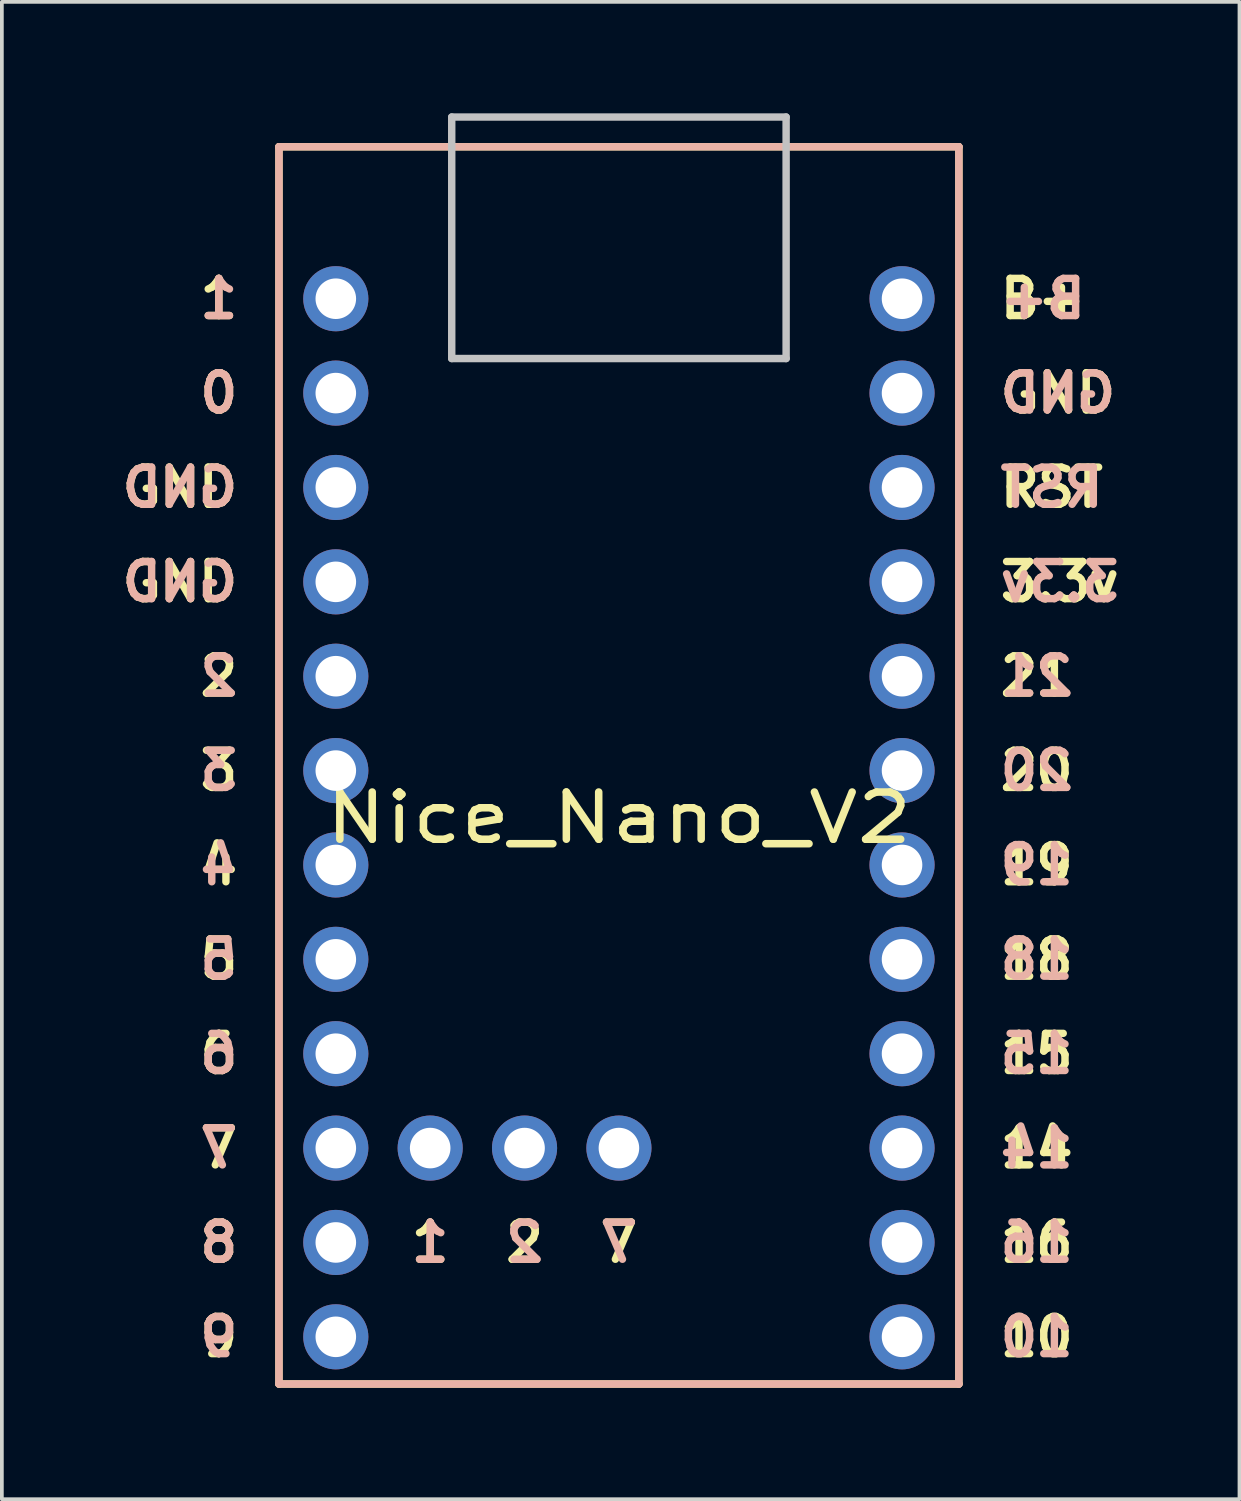
<source format=kicad_pcb>
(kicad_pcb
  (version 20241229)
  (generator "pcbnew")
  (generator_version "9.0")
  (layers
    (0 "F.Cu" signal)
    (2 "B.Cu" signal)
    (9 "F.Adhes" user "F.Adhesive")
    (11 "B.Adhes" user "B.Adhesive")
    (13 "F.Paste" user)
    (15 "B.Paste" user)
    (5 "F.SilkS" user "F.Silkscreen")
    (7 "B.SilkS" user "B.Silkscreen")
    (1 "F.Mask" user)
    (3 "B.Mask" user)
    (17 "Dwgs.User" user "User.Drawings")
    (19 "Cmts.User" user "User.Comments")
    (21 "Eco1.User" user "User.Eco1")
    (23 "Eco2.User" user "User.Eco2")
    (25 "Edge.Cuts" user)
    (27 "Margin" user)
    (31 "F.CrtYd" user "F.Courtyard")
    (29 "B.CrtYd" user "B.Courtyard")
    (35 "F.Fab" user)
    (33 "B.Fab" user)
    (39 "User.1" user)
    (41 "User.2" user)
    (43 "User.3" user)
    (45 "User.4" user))
  (footprint "Nice_Nano_V2"
    (layer "F.Cu")
    (at 13.608 18.68)
    (property "Reference" "Nice_Nano_V2" (at 0 0.28 0) (layer "F.SilkS") (effects (font (size 1.27 1.524) (thickness 0.203))))
    (attr through_hole)
    (fp_line (start -9.15 -17.78) (end -9.15 15.52) (stroke (width 0.2) (type default)) (layer "F.SilkS"))
    (fp_line (start 9.15 -17.78) (end -9.15 -17.78) (stroke (width 0.2) (type solid)) (layer "F.SilkS"))
    (fp_line (start 9.15 -17.78) (end 9.15 15.52) (stroke (width 0.2) (type default)) (layer "F.SilkS"))
    (fp_line (start 9.15 15.52) (end -9.15 15.52) (stroke (width 0.2) (type solid)) (layer "F.SilkS"))
    (fp_line (start -9.15 15.52) (end -9.15 -17.78) (stroke (width 0.2) (type default)) (layer "B.SilkS"))
    (fp_line (start 9.15 -17.78) (end -9.15 -17.78) (stroke (width 0.2) (type solid)) (layer "B.SilkS"))
    (fp_line (start 9.15 15.52) (end -9.15 15.52) (stroke (width 0.2) (type solid)) (layer "B.SilkS"))
    (fp_line (start 9.15 15.52) (end 9.15 -17.78) (stroke (width 0.2) (type default)) (layer "B.SilkS"))
    (fp_line (start -4.5 -18.58) (end -4.5 -12.08) (stroke (width 0.2) (type default)) (layer "Dwgs.User"))
    (fp_line (start -4.5 -18.58) (end 4.5 -18.58) (stroke (width 0.2) (type default)) (layer "Dwgs.User"))
    (fp_line (start -4.5 -12.08) (end 4.5 -12.08) (stroke (width 0.2) (type default)) (layer "Dwgs.User"))
    (fp_line (start 4.5 -18.58) (end 4.5 -12.08) (stroke (width 0.2) (type default)) (layer "Dwgs.User"))
    (fp_text user "21" (at 10.16 -3.53 0) (unlocked yes) (layer "F.SilkS") (effects (font (size 1 1) (thickness 0.2) (bold yes)) (justify left)))
    (fp_text user "15" (at 10.16 6.63 0) (unlocked yes) (layer "F.SilkS") (effects (font (size 1 1) (thickness 0.2) (bold yes)) (justify left)))
    (fp_text user "16" (at 10.16 11.71 0) (unlocked yes) (layer "F.SilkS") (effects (font (size 1 1) (thickness 0.2) (bold yes)) (justify left)))
    (fp_text user "9" (at -10.16 14.25 0) (unlocked yes) (layer "F.SilkS") (effects (font (size 1 1) (thickness 0.2) (bold yes)) (justify right)))
    (fp_text user "8" (at -10.16 11.71 0) (unlocked yes) (layer "F.SilkS") (effects (font (size 1 1) (thickness 0.2) (bold yes)) (justify right)))
    (fp_text user "0" (at -10.16 -11.15 0) (unlocked yes) (layer "F.SilkS") (effects (font (size 1 1) (thickness 0.2) (bold yes)) (justify right)))
    (fp_text user "1" (at -10.16 -13.69 0) (unlocked yes) (layer "F.SilkS") (effects (font (size 1 1) (thickness 0.2) (bold yes)) (justify right)))
    (fp_text user "7" (at -10.16 9.17 0) (unlocked yes) (layer "F.SilkS") (effects (font (size 1 1) (thickness 0.2) (bold yes)) (justify right)))
    (fp_text user "B+" (at 10.16 -13.69 0) (unlocked yes) (layer "F.SilkS") (effects (font (size 1 1) (thickness 0.2) (bold yes)) (justify left)))
    (fp_text user "19" (at 10.16 1.55 0) (unlocked yes) (layer "F.SilkS") (effects (font (size 1 1) (thickness 0.2) (bold yes)) (justify left)))
    (fp_text user "7" (at 0 11.71 0) (unlocked yes) (layer "F.SilkS") (effects (font (size 1 1) (thickness 0.2) (bold yes))))
    (fp_text user "1" (at -5.08 11.71 0) (unlocked yes) (layer "F.SilkS") (effects (font (size 1 1) (thickness 0.2) (bold yes))))
    (fp_text user "GND" (at -10.16 -6.07 0) (unlocked yes) (layer "F.SilkS") (effects (font (size 1 1) (thickness 0.2) (bold yes)) (justify right)))
    (fp_text user "2" (at -10.16 -3.53 0) (unlocked yes) (layer "F.SilkS") (effects (font (size 1 1) (thickness 0.2) (bold yes)) (justify right)))
    (fp_text user "4" (at -10.16 1.55 0) (unlocked yes) (layer "F.SilkS") (effects (font (size 1 1) (thickness 0.2) (bold yes)) (justify right)))
    (fp_text user "3.3v" (at 10.16 -6.07 0) (unlocked yes) (layer "F.SilkS") (effects (font (size 1 1) (thickness 0.2) (bold yes)) (justify left)))
    (fp_text user "10" (at 10.16 14.25 0) (unlocked yes) (layer "F.SilkS") (effects (font (size 1 1) (thickness 0.2) (bold yes)) (justify left)))
    (fp_text user "6" (at -10.16 6.63 0) (unlocked yes) (layer "F.SilkS") (effects (font (size 1 1) (thickness 0.2) (bold yes)) (justify right)))
    (fp_text user "18" (at 10.16 4.09 0) (unlocked yes) (layer "F.SilkS") (effects (font (size 1 1) (thickness 0.2) (bold yes)) (justify left)))
    (fp_text user "2" (at -2.54 11.71 0) (unlocked yes) (layer "F.SilkS") (effects (font (size 1 1) (thickness 0.2) (bold yes))))
    (fp_text user "GND" (at 10.16 -11.15 0) (unlocked yes) (layer "F.SilkS") (effects (font (size 1 1) (thickness 0.2) (bold yes)) (justify left)))
    (fp_text user "14" (at 10.16 9.17 0) (unlocked yes) (layer "F.SilkS") (effects (font (size 1 1) (thickness 0.2) (bold yes)) (justify left)))
    (fp_text user "GND" (at -10.16 -8.61 0) (unlocked yes) (layer "F.SilkS") (effects (font (size 1 1) (thickness 0.2) (bold yes)) (justify right)))
    (fp_text user "5" (at -10.16 4.09 0) (unlocked yes) (layer "F.SilkS") (effects (font (size 1 1) (thickness 0.2) (bold yes)) (justify right)))
    (fp_text user "20" (at 10.16 -0.99 0) (unlocked yes) (layer "F.SilkS") (effects (font (size 1 1) (thickness 0.2) (bold yes)) (justify left)))
    (fp_text user "RST" (at 10.16 -8.61 0) (unlocked yes) (layer "F.SilkS") (effects (font (size 1 1) (thickness 0.2) (bold yes)) (justify left)))
    (fp_text user "3" (at -10.16 -0.99 0) (unlocked yes) (layer "F.SilkS") (effects (font (size 1 1) (thickness 0.2) (bold yes)) (justify right)))
    (fp_text user "5" (at -10.16 4.09 0) (unlocked yes) (layer "B.SilkS") (effects (font (size 1 1) (thickness 0.2) (bold yes)) (justify left mirror)))
    (fp_text user "1" (at -5.08 11.71 0) (unlocked yes) (layer "B.SilkS") (effects (font (size 1 1) (thickness 0.2) (bold yes)) (justify mirror)))
    (fp_text user "GND" (at -10.16 -6.07 0) (unlocked yes) (layer "B.SilkS") (effects (font (size 1 1) (thickness 0.2) (bold yes)) (justify left mirror)))
    (fp_text user "10" (at 10.16 14.25 0) (unlocked yes) (layer "B.SilkS") (effects (font (size 1 1) (thickness 0.2) (bold yes)) (justify right mirror)))
    (fp_text user "14" (at 10.16 9.17 0) (unlocked yes) (layer "B.SilkS") (effects (font (size 1 1) (thickness 0.2) (bold yes)) (justify right mirror)))
    (fp_text user "2" (at -10.16 -3.53 0) (unlocked yes) (layer "B.SilkS") (effects (font (size 1 1) (thickness 0.2) (bold yes)) (justify left mirror)))
    (fp_text user "0" (at -10.16 -11.15 0) (unlocked yes) (layer "B.SilkS") (effects (font (size 1 1) (thickness 0.2) (bold yes)) (justify left mirror)))
    (fp_text user "GND" (at 10.16 -11.15 0) (unlocked yes) (layer "B.SilkS") (effects (font (size 1 1) (thickness 0.2) (bold yes)) (justify right mirror)))
    (fp_text user "16" (at 10.16 11.71 0) (unlocked yes) (layer "B.SilkS") (effects (font (size 1 1) (thickness 0.2) (bold yes)) (justify right mirror)))
    (fp_text user "3" (at -10.16 -0.99 0) (unlocked yes) (layer "B.SilkS") (effects (font (size 1 1) (thickness 0.2) (bold yes)) (justify left mirror)))
    (fp_text user "GND" (at -10.16 -8.61 0) (unlocked yes) (layer "B.SilkS") (effects (font (size 1 1) (thickness 0.2) (bold yes)) (justify left mirror)))
    (fp_text user "B+" (at 10.16 -13.69 0) (unlocked yes) (layer "B.SilkS") (effects (font (size 1 1) (thickness 0.2) (bold yes)) (justify right mirror)))
    (fp_text user "21" (at 10.16 -3.53 0) (unlocked yes) (layer "B.SilkS") (effects (font (size 1 1) (thickness 0.2) (bold yes)) (justify right mirror)))
    (fp_text user "8" (at -10.16 11.71 0) (unlocked yes) (layer "B.SilkS") (effects (font (size 1 1) (thickness 0.2) (bold yes)) (justify left mirror)))
    (fp_text user "9" (at -10.16 14.25 0) (unlocked yes) (layer "B.SilkS") (effects (font (size 1 1) (thickness 0.2) (bold yes)) (justify left mirror)))
    (fp_text user "19" (at 10.16 1.55 0) (unlocked yes) (layer "B.SilkS") (effects (font (size 1 1) (thickness 0.2) (bold yes)) (justify right mirror)))
    (fp_text user "7" (at -10.16 9.17 0) (unlocked yes) (layer "B.SilkS") (effects (font (size 1 1) (thickness 0.2) (bold yes)) (justify left mirror)))
    (fp_text user "2" (at -2.54 11.71 0) (unlocked yes) (layer "B.SilkS") (effects (font (size 1 1) (thickness 0.2) (bold yes)) (justify mirror)))
    (fp_text user "4" (at -10.16 1.55 0) (unlocked yes) (layer "B.SilkS") (effects (font (size 1 1) (thickness 0.2) (bold yes)) (justify left mirror)))
    (fp_text user "1" (at -10.16 -13.69 0) (unlocked yes) (layer "B.SilkS") (effects (font (size 1 1) (thickness 0.2) (bold yes)) (justify left mirror)))
    (fp_text user "7" (at 0 11.71 0) (unlocked yes) (layer "B.SilkS") (effects (font (size 1 1) (thickness 0.2) (bold yes)) (justify mirror)))
    (fp_text user "20" (at 10.16 -0.99 0) (unlocked yes) (layer "B.SilkS") (effects (font (size 1 1) (thickness 0.2) (bold yes)) (justify right mirror)))
    (fp_text user "18" (at 10.16 4.09 0) (unlocked yes) (layer "B.SilkS") (effects (font (size 1 1) (thickness 0.2) (bold yes)) (justify right mirror)))
    (fp_text user "RST" (at 10.16 -8.61 0) (unlocked yes) (layer "B.SilkS") (effects (font (size 1 1) (thickness 0.2) (bold yes)) (justify right mirror)))
    (fp_text user "15" (at 10.16 6.63 0) (unlocked yes) (layer "B.SilkS") (effects (font (size 1 1) (thickness 0.2) (bold yes)) (justify right mirror)))
    (fp_text user "6" (at -10.16 6.63 0) (unlocked yes) (layer "B.SilkS") (effects (font (size 1 1) (thickness 0.2) (bold yes)) (justify left mirror)))
    (fp_text user "3.3v" (at 10.16 -6.07 0) (unlocked yes) (layer "B.SilkS") (effects (font (size 1 1) (thickness 0.2) (bold yes)) (justify right mirror)))
    (pad "1" thru_hole circle (at -7.62 -13.69 270) (size 1.753 1.753) (drill 1.092) (layers "*.Cu" "*.Mask"))
    (pad "2" thru_hole circle (at -7.62 -11.15 270) (size 1.753 1.753) (drill 1.092) (layers "*.Cu" "*.Mask"))
    (pad "3" thru_hole circle (at -7.62 -8.61 270) (size 1.753 1.753) (drill 1.092) (layers "*.Cu" "*.Mask"))
    (pad "4" thru_hole circle (at -7.62 -6.07 270) (size 1.753 1.753) (drill 1.092) (layers "*.Cu" "*.Mask"))
    (pad "5" thru_hole circle (at -7.62 -3.53 270) (size 1.753 1.753) (drill 1.092) (layers "*.Cu" "*.Mask"))
    (pad "6" thru_hole circle (at -7.62 -0.99 270) (size 1.753 1.753) (drill 1.092) (layers "*.Cu" "*.Mask"))
    (pad "7" thru_hole circle (at -7.62 1.55 270) (size 1.753 1.753) (drill 1.092) (layers "*.Cu" "*.Mask"))
    (pad "8" thru_hole circle (at -7.62 4.09 270) (size 1.753 1.753) (drill 1.092) (layers "*.Cu" "*.Mask"))
    (pad "9" thru_hole circle (at -7.62 6.63 270) (size 1.753 1.753) (drill 1.092) (layers "*.Cu" "*.Mask"))
    (pad "10" thru_hole circle (at -7.62 9.17 270) (size 1.753 1.753) (drill 1.092) (layers "*.Cu" "*.Mask"))
    (pad "11" thru_hole circle (at -7.62 11.71 270) (size 1.753 1.753) (drill 1.092) (layers "*.Cu" "*.Mask"))
    (pad "12" thru_hole circle (at -7.62 14.25 270) (size 1.753 1.753) (drill 1.092) (layers "*.Cu" "*.Mask"))
    (pad "13" thru_hole circle (at 7.62 14.25 270) (size 1.753 1.753) (drill 1.092) (layers "*.Cu" "*.Mask"))
    (pad "14" thru_hole circle (at 7.62 11.71 270) (size 1.753 1.753) (drill 1.092) (layers "*.Cu" "*.Mask"))
    (pad "15" thru_hole circle (at 7.62 9.17 270) (size 1.753 1.753) (drill 1.092) (layers "*.Cu" "*.Mask"))
    (pad "16" thru_hole circle (at 7.62 6.63 270) (size 1.753 1.753) (drill 1.092) (layers "*.Cu" "*.Mask"))
    (pad "17" thru_hole circle (at 7.62 4.09 270) (size 1.753 1.753) (drill 1.092) (layers "*.Cu" "*.Mask"))
    (pad "18" thru_hole circle (at 7.62 1.55 270) (size 1.753 1.753) (drill 1.092) (layers "*.Cu" "*.Mask"))
    (pad "19" thru_hole circle (at 7.62 -0.99 270) (size 1.753 1.753) (drill 1.092) (layers "*.Cu" "*.Mask"))
    (pad "20" thru_hole circle (at 7.62 -3.53 270) (size 1.753 1.753) (drill 1.092) (layers "*.Cu" "*.Mask"))
    (pad "21" thru_hole circle (at 7.62 -6.07 270) (size 1.753 1.753) (drill 1.092) (layers "*.Cu" "*.Mask"))
    (pad "22" thru_hole circle (at 7.62 -8.61 270) (size 1.753 1.753) (drill 1.092) (layers "*.Cu" "*.Mask"))
    (pad "23" thru_hole circle (at 7.62 -11.15 270) (size 1.753 1.753) (drill 1.092) (layers "*.Cu" "*.Mask"))
    (pad "24" thru_hole circle (at 7.62 -13.69 270) (size 1.753 1.753) (drill 1.092) (layers "*.Cu" "*.Mask"))
    (pad "25" thru_hole circle (at -5.08 9.17) (size 1.753 1.753) (drill 1.092) (layers "*.Cu" "*.Mask"))
    (pad "26" thru_hole circle (at -2.54 9.17) (size 1.753 1.753) (drill 1.092) (layers "*.Cu" "*.Mask"))
    (pad "27" thru_hole circle (at 0 9.17) (size 1.753 1.753) (drill 1.092) (layers "*.Cu" "*.Mask")))
  (gr_rect
    (start -3 -3)
    (end 30.31 37.3)
    (stroke (width 0.1) (type default))
    (fill no)
    (layer "Edge.Cuts")))
</source>
